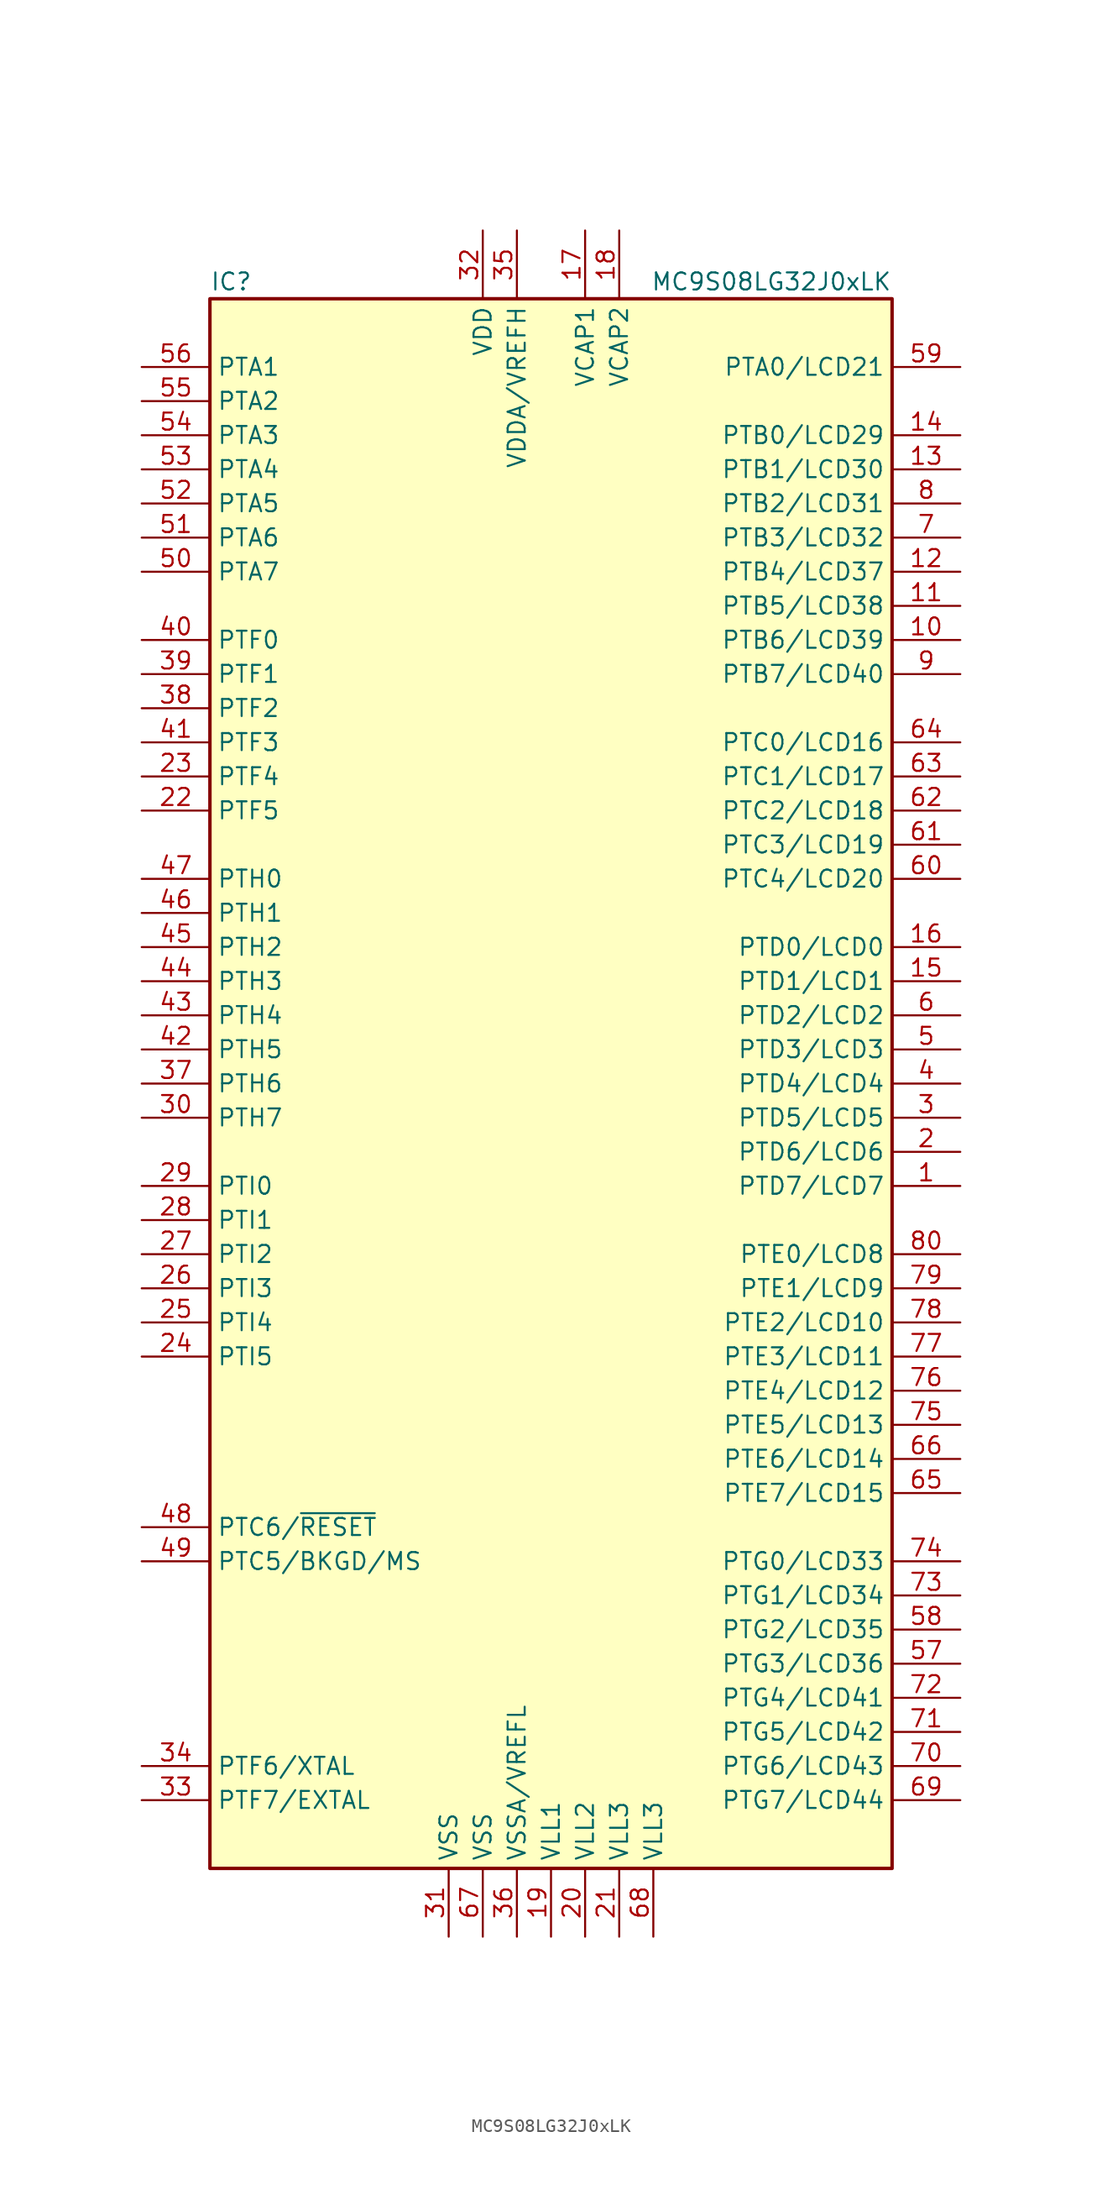
<source format=kicad_sym>
(kicad_symbol_lib
  (version 20201005)
  (generator kicad_symbol_editor)
  (symbol "MCU_NXP_S08:MC9S08LG32J0xLK"
    (property "Reference" "IC"
      (at -25.4 59.69 0)
      (effects (font (size 1.27 1.27)) (justify left)))
    (property "Value" "MC9S08LG32J0xLK"
      (at 25.4 59.69 0)
      (effects (font (size 1.27 1.27)) (justify right)))
    (symbol "MC9S08LG32J0xLK_0_1"
      (rectangle (start -25.4 58.42) (end 25.4 -58.42) (stroke (width 0.254)) (fill (type background))))
    (symbol "MC9S08LG32J0xLK_1_1"
      (pin bidirectional line (at 30.48 -7.62 180) (length 5.08) (name "PTD7/LCD7" (effects (font (size 1.27 1.27)))) (number "1" (effects (font (size 1.27 1.27)))))
      (pin bidirectional line (at 30.48 33.02 180) (length 5.08) (name "PTB6/LCD39" (effects (font (size 1.27 1.27)))) (number "10" (effects (font (size 1.27 1.27)))))
      (pin bidirectional line (at 30.48 35.56 180) (length 5.08) (name "PTB5/LCD38" (effects (font (size 1.27 1.27)))) (number "11" (effects (font (size 1.27 1.27)))))
      (pin bidirectional line (at 30.48 38.1 180) (length 5.08) (name "PTB4/LCD37" (effects (font (size 1.27 1.27)))) (number "12" (effects (font (size 1.27 1.27)))))
      (pin bidirectional line (at 30.48 45.72 180) (length 5.08) (name "PTB1/LCD30" (effects (font (size 1.27 1.27)))) (number "13" (effects (font (size 1.27 1.27)))))
      (pin bidirectional line (at 30.48 48.26 180) (length 5.08) (name "PTB0/LCD29" (effects (font (size 1.27 1.27)))) (number "14" (effects (font (size 1.27 1.27)))))
      (pin bidirectional line (at 30.48 7.62 180) (length 5.08) (name "PTD1/LCD1" (effects (font (size 1.27 1.27)))) (number "15" (effects (font (size 1.27 1.27)))))
      (pin bidirectional line (at 30.48 10.16 180) (length 5.08) (name "PTD0/LCD0" (effects (font (size 1.27 1.27)))) (number "16" (effects (font (size 1.27 1.27)))))
      (pin power_in line (at 2.54 63.5 270) (length 5.08) (name "VCAP1" (effects (font (size 1.27 1.27)))) (number "17" (effects (font (size 1.27 1.27)))))
      (pin power_in line (at 5.08 63.5 270) (length 5.08) (name "VCAP2" (effects (font (size 1.27 1.27)))) (number "18" (effects (font (size 1.27 1.27)))))
      (pin power_in line (at 0 -63.5 90) (length 5.08) (name "VLL1" (effects (font (size 1.27 1.27)))) (number "19" (effects (font (size 1.27 1.27)))))
      (pin bidirectional line (at 30.48 -5.08 180) (length 5.08) (name "PTD6/LCD6" (effects (font (size 1.27 1.27)))) (number "2" (effects (font (size 1.27 1.27)))))
      (pin power_in line (at 2.54 -63.5 90) (length 5.08) (name "VLL2" (effects (font (size 1.27 1.27)))) (number "20" (effects (font (size 1.27 1.27)))))
      (pin power_in line (at 5.08 -63.5 90) (length 5.08) (name "VLL3" (effects (font (size 1.27 1.27)))) (number "21" (effects (font (size 1.27 1.27)))))
      (pin bidirectional line (at -30.48 20.32 0) (length 5.08) (name "PTF5" (effects (font (size 1.27 1.27)))) (number "22" (effects (font (size 1.27 1.27)))))
      (pin bidirectional line (at -30.48 22.86 0) (length 5.08) (name "PTF4" (effects (font (size 1.27 1.27)))) (number "23" (effects (font (size 1.27 1.27)))))
      (pin bidirectional line (at -30.48 -20.32 0) (length 5.08) (name "PTI5" (effects (font (size 1.27 1.27)))) (number "24" (effects (font (size 1.27 1.27)))))
      (pin bidirectional line (at -30.48 -17.78 0) (length 5.08) (name "PTI4" (effects (font (size 1.27 1.27)))) (number "25" (effects (font (size 1.27 1.27)))))
      (pin bidirectional line (at -30.48 -15.24 0) (length 5.08) (name "PTI3" (effects (font (size 1.27 1.27)))) (number "26" (effects (font (size 1.27 1.27)))))
      (pin bidirectional line (at -30.48 -12.7 0) (length 5.08) (name "PTI2" (effects (font (size 1.27 1.27)))) (number "27" (effects (font (size 1.27 1.27)))))
      (pin bidirectional line (at -30.48 -10.16 0) (length 5.08) (name "PTI1" (effects (font (size 1.27 1.27)))) (number "28" (effects (font (size 1.27 1.27)))))
      (pin bidirectional line (at -30.48 -7.62 0) (length 5.08) (name "PTI0" (effects (font (size 1.27 1.27)))) (number "29" (effects (font (size 1.27 1.27)))))
      (pin bidirectional line (at 30.48 -2.54 180) (length 5.08) (name "PTD5/LCD5" (effects (font (size 1.27 1.27)))) (number "3" (effects (font (size 1.27 1.27)))))
      (pin bidirectional line (at -30.48 -2.54 0) (length 5.08) (name "PTH7" (effects (font (size 1.27 1.27)))) (number "30" (effects (font (size 1.27 1.27)))))
      (pin power_in line (at -7.62 -63.5 90) (length 5.08) (name "VSS" (effects (font (size 1.27 1.27)))) (number "31" (effects (font (size 1.27 1.27)))))
      (pin power_in line (at -5.08 63.5 270) (length 5.08) (name "VDD" (effects (font (size 1.27 1.27)))) (number "32" (effects (font (size 1.27 1.27)))))
      (pin bidirectional line (at -30.48 -53.34 0) (length 5.08) (name "PTF7/EXTAL" (effects (font (size 1.27 1.27)))) (number "33" (effects (font (size 1.27 1.27)))))
      (pin bidirectional line (at -30.48 -50.8 0) (length 5.08) (name "PTF6/XTAL" (effects (font (size 1.27 1.27)))) (number "34" (effects (font (size 1.27 1.27)))))
      (pin power_in line (at -2.54 63.5 270) (length 5.08) (name "VDDA/VREFH" (effects (font (size 1.27 1.27)))) (number "35" (effects (font (size 1.27 1.27)))))
      (pin power_in line (at -2.54 -63.5 90) (length 5.08) (name "VSSA/VREFL" (effects (font (size 1.27 1.27)))) (number "36" (effects (font (size 1.27 1.27)))))
      (pin bidirectional line (at -30.48 0 0) (length 5.08) (name "PTH6" (effects (font (size 1.27 1.27)))) (number "37" (effects (font (size 1.27 1.27)))))
      (pin bidirectional line (at -30.48 27.94 0) (length 5.08) (name "PTF2" (effects (font (size 1.27 1.27)))) (number "38" (effects (font (size 1.27 1.27)))))
      (pin bidirectional line (at -30.48 30.48 0) (length 5.08) (name "PTF1" (effects (font (size 1.27 1.27)))) (number "39" (effects (font (size 1.27 1.27)))))
      (pin bidirectional line (at 30.48 0 180) (length 5.08) (name "PTD4/LCD4" (effects (font (size 1.27 1.27)))) (number "4" (effects (font (size 1.27 1.27)))))
      (pin bidirectional line (at -30.48 33.02 0) (length 5.08) (name "PTF0" (effects (font (size 1.27 1.27)))) (number "40" (effects (font (size 1.27 1.27)))))
      (pin bidirectional line (at -30.48 25.4 0) (length 5.08) (name "PTF3" (effects (font (size 1.27 1.27)))) (number "41" (effects (font (size 1.27 1.27)))))
      (pin bidirectional line (at -30.48 2.54 0) (length 5.08) (name "PTH5" (effects (font (size 1.27 1.27)))) (number "42" (effects (font (size 1.27 1.27)))))
      (pin bidirectional line (at -30.48 5.08 0) (length 5.08) (name "PTH4" (effects (font (size 1.27 1.27)))) (number "43" (effects (font (size 1.27 1.27)))))
      (pin bidirectional line (at -30.48 7.62 0) (length 5.08) (name "PTH3" (effects (font (size 1.27 1.27)))) (number "44" (effects (font (size 1.27 1.27)))))
      (pin bidirectional line (at -30.48 10.16 0) (length 5.08) (name "PTH2" (effects (font (size 1.27 1.27)))) (number "45" (effects (font (size 1.27 1.27)))))
      (pin bidirectional line (at -30.48 12.7 0) (length 5.08) (name "PTH1" (effects (font (size 1.27 1.27)))) (number "46" (effects (font (size 1.27 1.27)))))
      (pin bidirectional line (at -30.48 15.24 0) (length 5.08) (name "PTH0" (effects (font (size 1.27 1.27)))) (number "47" (effects (font (size 1.27 1.27)))))
      (pin bidirectional line (at -30.48 -33.02 0) (length 5.08) (name "PTC6/~RESET" (effects (font (size 1.27 1.27)))) (number "48" (effects (font (size 1.27 1.27)))))
      (pin bidirectional line (at -30.48 -35.56 0) (length 5.08) (name "PTC5/BKGD/MS" (effects (font (size 1.27 1.27)))) (number "49" (effects (font (size 1.27 1.27)))))
      (pin bidirectional line (at 30.48 2.54 180) (length 5.08) (name "PTD3/LCD3" (effects (font (size 1.27 1.27)))) (number "5" (effects (font (size 1.27 1.27)))))
      (pin bidirectional line (at -30.48 38.1 0) (length 5.08) (name "PTA7" (effects (font (size 1.27 1.27)))) (number "50" (effects (font (size 1.27 1.27)))))
      (pin bidirectional line (at -30.48 40.64 0) (length 5.08) (name "PTA6" (effects (font (size 1.27 1.27)))) (number "51" (effects (font (size 1.27 1.27)))))
      (pin bidirectional line (at -30.48 43.18 0) (length 5.08) (name "PTA5" (effects (font (size 1.27 1.27)))) (number "52" (effects (font (size 1.27 1.27)))))
      (pin bidirectional line (at -30.48 45.72 0) (length 5.08) (name "PTA4" (effects (font (size 1.27 1.27)))) (number "53" (effects (font (size 1.27 1.27)))))
      (pin bidirectional line (at -30.48 48.26 0) (length 5.08) (name "PTA3" (effects (font (size 1.27 1.27)))) (number "54" (effects (font (size 1.27 1.27)))))
      (pin bidirectional line (at -30.48 50.8 0) (length 5.08) (name "PTA2" (effects (font (size 1.27 1.27)))) (number "55" (effects (font (size 1.27 1.27)))))
      (pin bidirectional line (at -30.48 53.34 0) (length 5.08) (name "PTA1" (effects (font (size 1.27 1.27)))) (number "56" (effects (font (size 1.27 1.27)))))
      (pin bidirectional line (at 30.48 -43.18 180) (length 5.08) (name "PTG3/LCD36" (effects (font (size 1.27 1.27)))) (number "57" (effects (font (size 1.27 1.27)))))
      (pin bidirectional line (at 30.48 -40.64 180) (length 5.08) (name "PTG2/LCD35" (effects (font (size 1.27 1.27)))) (number "58" (effects (font (size 1.27 1.27)))))
      (pin bidirectional line (at 30.48 53.34 180) (length 5.08) (name "PTA0/LCD21" (effects (font (size 1.27 1.27)))) (number "59" (effects (font (size 1.27 1.27)))))
      (pin bidirectional line (at 30.48 5.08 180) (length 5.08) (name "PTD2/LCD2" (effects (font (size 1.27 1.27)))) (number "6" (effects (font (size 1.27 1.27)))))
      (pin bidirectional line (at 30.48 15.24 180) (length 5.08) (name "PTC4/LCD20" (effects (font (size 1.27 1.27)))) (number "60" (effects (font (size 1.27 1.27)))))
      (pin bidirectional line (at 30.48 17.78 180) (length 5.08) (name "PTC3/LCD19" (effects (font (size 1.27 1.27)))) (number "61" (effects (font (size 1.27 1.27)))))
      (pin bidirectional line (at 30.48 20.32 180) (length 5.08) (name "PTC2/LCD18" (effects (font (size 1.27 1.27)))) (number "62" (effects (font (size 1.27 1.27)))))
      (pin bidirectional line (at 30.48 22.86 180) (length 5.08) (name "PTC1/LCD17" (effects (font (size 1.27 1.27)))) (number "63" (effects (font (size 1.27 1.27)))))
      (pin bidirectional line (at 30.48 25.4 180) (length 5.08) (name "PTC0/LCD16" (effects (font (size 1.27 1.27)))) (number "64" (effects (font (size 1.27 1.27)))))
      (pin bidirectional line (at 30.48 -30.48 180) (length 5.08) (name "PTE7/LCD15" (effects (font (size 1.27 1.27)))) (number "65" (effects (font (size 1.27 1.27)))))
      (pin bidirectional line (at 30.48 -27.94 180) (length 5.08) (name "PTE6/LCD14" (effects (font (size 1.27 1.27)))) (number "66" (effects (font (size 1.27 1.27)))))
      (pin power_in line (at -5.08 -63.5 90) (length 5.08) (name "VSS" (effects (font (size 1.27 1.27)))) (number "67" (effects (font (size 1.27 1.27)))))
      (pin power_in line (at 7.62 -63.5 90) (length 5.08) (name "VLL3" (effects (font (size 1.27 1.27)))) (number "68" (effects (font (size 1.27 1.27)))))
      (pin bidirectional line (at 30.48 -53.34 180) (length 5.08) (name "PTG7/LCD44" (effects (font (size 1.27 1.27)))) (number "69" (effects (font (size 1.27 1.27)))))
      (pin bidirectional line (at 30.48 40.64 180) (length 5.08) (name "PTB3/LCD32" (effects (font (size 1.27 1.27)))) (number "7" (effects (font (size 1.27 1.27)))))
      (pin bidirectional line (at 30.48 -50.8 180) (length 5.08) (name "PTG6/LCD43" (effects (font (size 1.27 1.27)))) (number "70" (effects (font (size 1.27 1.27)))))
      (pin bidirectional line (at 30.48 -48.26 180) (length 5.08) (name "PTG5/LCD42" (effects (font (size 1.27 1.27)))) (number "71" (effects (font (size 1.27 1.27)))))
      (pin bidirectional line (at 30.48 -45.72 180) (length 5.08) (name "PTG4/LCD41" (effects (font (size 1.27 1.27)))) (number "72" (effects (font (size 1.27 1.27)))))
      (pin bidirectional line (at 30.48 -38.1 180) (length 5.08) (name "PTG1/LCD34" (effects (font (size 1.27 1.27)))) (number "73" (effects (font (size 1.27 1.27)))))
      (pin bidirectional line (at 30.48 -35.56 180) (length 5.08) (name "PTG0/LCD33" (effects (font (size 1.27 1.27)))) (number "74" (effects (font (size 1.27 1.27)))))
      (pin bidirectional line (at 30.48 -25.4 180) (length 5.08) (name "PTE5/LCD13" (effects (font (size 1.27 1.27)))) (number "75" (effects (font (size 1.27 1.27)))))
      (pin bidirectional line (at 30.48 -22.86 180) (length 5.08) (name "PTE4/LCD12" (effects (font (size 1.27 1.27)))) (number "76" (effects (font (size 1.27 1.27)))))
      (pin bidirectional line (at 30.48 -20.32 180) (length 5.08) (name "PTE3/LCD11" (effects (font (size 1.27 1.27)))) (number "77" (effects (font (size 1.27 1.27)))))
      (pin bidirectional line (at 30.48 -17.78 180) (length 5.08) (name "PTE2/LCD10" (effects (font (size 1.27 1.27)))) (number "78" (effects (font (size 1.27 1.27)))))
      (pin bidirectional line (at 30.48 -15.24 180) (length 5.08) (name "PTE1/LCD9" (effects (font (size 1.27 1.27)))) (number "79" (effects (font (size 1.27 1.27)))))
      (pin bidirectional line (at 30.48 43.18 180) (length 5.08) (name "PTB2/LCD31" (effects (font (size 1.27 1.27)))) (number "8" (effects (font (size 1.27 1.27)))))
      (pin bidirectional line (at 30.48 -12.7 180) (length 5.08) (name "PTE0/LCD8" (effects (font (size 1.27 1.27)))) (number "80" (effects (font (size 1.27 1.27)))))
      (pin bidirectional line (at 30.48 30.48 180) (length 5.08) (name "PTB7/LCD40" (effects (font (size 1.27 1.27)))) (number "9" (effects (font (size 1.27 1.27))))))))
</source>
